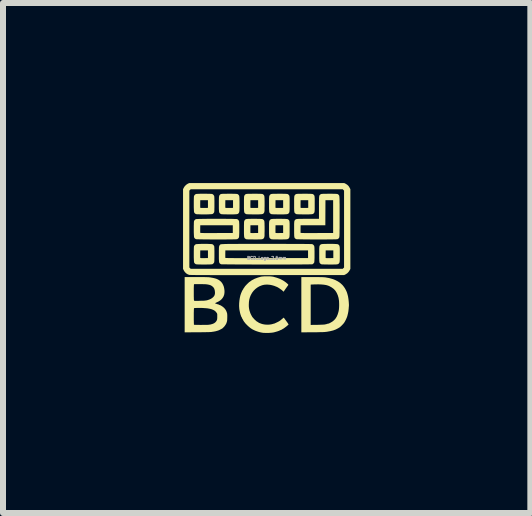
<source format=kicad_pcb>
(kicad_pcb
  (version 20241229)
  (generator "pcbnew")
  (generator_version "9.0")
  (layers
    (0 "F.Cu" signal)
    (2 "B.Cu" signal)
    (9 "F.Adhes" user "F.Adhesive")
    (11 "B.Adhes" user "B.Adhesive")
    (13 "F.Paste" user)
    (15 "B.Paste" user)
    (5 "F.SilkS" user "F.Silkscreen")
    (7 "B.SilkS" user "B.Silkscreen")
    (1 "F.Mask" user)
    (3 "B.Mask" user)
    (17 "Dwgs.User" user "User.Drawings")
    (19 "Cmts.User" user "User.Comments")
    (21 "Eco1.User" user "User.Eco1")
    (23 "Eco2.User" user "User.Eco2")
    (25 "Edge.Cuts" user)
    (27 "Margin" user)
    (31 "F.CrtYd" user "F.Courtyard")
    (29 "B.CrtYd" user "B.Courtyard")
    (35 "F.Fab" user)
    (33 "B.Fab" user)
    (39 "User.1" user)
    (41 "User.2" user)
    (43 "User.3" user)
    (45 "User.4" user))
  (footprint "BCD_Logo_2.5mm"
    (layer "F.Cu")
    (at 1.394 1.248)
    (property "Reference" "BCD_Logo_2.5mm" (at 0 0 0) (layer "F.Fab") (effects (font (size 0.05 0.05) (thickness 0.013))))
    (attr board_only exclude_from_pos_files exclude_from_bom)
    (fp_poly (pts (xy 1.314 -1.237) (xy 1.341 -1.22) (xy 1.364 -1.198) (xy 1.381 -1.171) (xy 1.382 -1.169) (xy 1.394 -1.146) (xy 1.394 0.183) (xy 1.382 0.206) (xy 1.365 0.232) (xy 1.343 0.255) (xy 1.316 0.273) (xy 1.314 0.274) (xy 1.291 0.285) (xy 0.007 0.286) (xy -0.111 0.286) (xy -0.222 0.286) (xy -0.327 0.286) (xy -0.425 0.286) (xy -0.516 0.286) (xy -0.602 0.286) (xy -0.681 0.286) (xy -0.755 0.286) (xy -0.823 0.286) (xy -0.885 0.286) (xy -0.943 0.286) (xy -0.995 0.285) (xy -1.042 0.285) (xy -1.085 0.285) (xy -1.123 0.285) (xy -1.156 0.285) (xy -1.186 0.285) (xy -1.211 0.284) (xy -1.233 0.284) (xy -1.251 0.284) (xy -1.266 0.283) (xy -1.277 0.283) (xy -1.285 0.283) (xy -1.29 0.282) (xy -1.293 0.282) (xy -1.32 0.271) (xy -1.344 0.255) (xy -1.365 0.233) (xy -1.382 0.207) (xy -1.382 0.205) (xy -1.394 0.183) (xy -1.394 0.159) (xy -1.289 0.159) (xy -1.267 0.181) (xy 1.267 0.181) (xy 1.289 0.159) (xy 1.289 -1.122) (xy 1.267 -1.144) (xy -1.267 -1.144) (xy -1.289 -1.122) (xy -1.289 0.159) (xy -1.394 0.159) (xy -1.394 -1.146) (xy -1.382 -1.169) (xy -1.365 -1.196) (xy -1.343 -1.218) (xy -1.316 -1.236) (xy -1.314 -1.237) (xy -1.291 -1.248) (xy 1.291 -1.248)) (stroke (width 0) (type solid)) (fill yes) (layer "F.SilkS"))
    (fp_poly (pts (xy -1.011 -1.07) (xy -0.984 -1.069) (xy -0.96 -1.069) (xy -0.939 -1.068) (xy -0.922 -1.067) (xy -0.91 -1.066) (xy -0.906 -1.065) (xy -0.89 -1.054) (xy -0.878 -1.038) (xy -0.875 -1.033) (xy -0.874 -1.027) (xy -0.873 -1.014) (xy -0.872 -0.997) (xy -0.872 -0.975) (xy -0.871 -0.951) (xy -0.871 -0.924) (xy -0.871 -0.897) (xy -0.871 -0.869) (xy -0.871 -0.843) (xy -0.872 -0.818) (xy -0.872 -0.797) (xy -0.873 -0.78) (xy -0.874 -0.768) (xy -0.875 -0.762) (xy -0.886 -0.745) (xy -0.901 -0.733) (xy -0.906 -0.731) (xy -0.913 -0.73) (xy -0.926 -0.729) (xy -0.944 -0.728) (xy -0.965 -0.727) (xy -0.99 -0.726) (xy -1.017 -0.726) (xy -1.045 -0.726) (xy -1.072 -0.726) (xy -1.099 -0.726) (xy -1.123 -0.727) (xy -1.145 -0.728) (xy -1.162 -0.728) (xy -1.174 -0.73) (xy -1.18 -0.731) (xy -1.197 -0.742) (xy -1.208 -0.758) (xy -1.21 -0.761) (xy -1.211 -0.768) (xy -1.212 -0.781) (xy -1.213 -0.799) (xy -1.214 -0.82) (xy -1.215 -0.845) (xy -1.215 -0.872) (xy -1.215 -0.881) (xy -1.108 -0.881) (xy -1.108 -0.863) (xy -1.108 -0.849) (xy -1.107 -0.84) (xy -1.107 -0.837) (xy -1.105 -0.835) (xy -1.099 -0.834) (xy -1.089 -0.833) (xy -1.075 -0.833) (xy -1.054 -0.833) (xy -1.042 -0.833) (xy -0.979 -0.834) (xy -0.979 -0.962) (xy -1.107 -0.962) (xy -1.108 -0.901) (xy -1.108 -0.881) (xy -1.215 -0.881) (xy -1.215 -0.9) (xy -1.215 -0.927) (xy -1.215 -0.954) (xy -1.214 -0.978) (xy -1.214 -0.999) (xy -1.213 -1.016) (xy -1.212 -1.028) (xy -1.211 -1.033) (xy -1.2 -1.05) (xy -1.185 -1.062) (xy -1.18 -1.065) (xy -1.173 -1.066) (xy -1.159 -1.067) (xy -1.141 -1.068) (xy -1.119 -1.069) (xy -1.094 -1.07) (xy -1.067 -1.07) (xy -1.039 -1.07)) (stroke (width 0) (type solid)) (fill yes) (layer "F.SilkS"))
    (fp_poly (pts (xy -1.011 -0.234) (xy -0.984 -0.234) (xy -0.96 -0.233) (xy -0.939 -0.232) (xy -0.922 -0.231) (xy -0.91 -0.23) (xy -0.906 -0.229) (xy -0.89 -0.218) (xy -0.878 -0.202) (xy -0.875 -0.197) (xy -0.874 -0.191) (xy -0.873 -0.178) (xy -0.872 -0.161) (xy -0.872 -0.139) (xy -0.871 -0.115) (xy -0.871 -0.088) (xy -0.871 -0.061) (xy -0.871 -0.033) (xy -0.871 -0.007) (xy -0.872 0.017) (xy -0.872 0.039) (xy -0.873 0.056) (xy -0.874 0.068) (xy -0.875 0.073) (xy -0.886 0.09) (xy -0.901 0.102) (xy -0.906 0.105) (xy -0.913 0.106) (xy -0.926 0.107) (xy -0.944 0.108) (xy -0.965 0.109) (xy -0.99 0.109) (xy -1.017 0.11) (xy -1.045 0.11) (xy -1.072 0.11) (xy -1.099 0.109) (xy -1.123 0.109) (xy -1.145 0.108) (xy -1.162 0.107) (xy -1.174 0.106) (xy -1.18 0.105) (xy -1.197 0.094) (xy -1.208 0.078) (xy -1.21 0.075) (xy -1.211 0.068) (xy -1.212 0.055) (xy -1.213 0.037) (xy -1.214 0.015) (xy -1.215 -0.009) (xy -1.215 -0.036) (xy -1.215 -0.045) (xy -1.108 -0.045) (xy -1.108 -0.028) (xy -1.108 -0.013) (xy -1.107 -0.004) (xy -1.107 -0.001) (xy -1.105 0.001) (xy -1.099 0.002) (xy -1.089 0.003) (xy -1.075 0.003) (xy -1.054 0.003) (xy -1.042 0.003) (xy -0.979 0.002) (xy -0.979 -0.126) (xy -1.107 -0.126) (xy -1.108 -0.066) (xy -1.108 -0.045) (xy -1.215 -0.045) (xy -1.215 -0.064) (xy -1.215 -0.092) (xy -1.215 -0.118) (xy -1.214 -0.142) (xy -1.214 -0.164) (xy -1.213 -0.181) (xy -1.212 -0.192) (xy -1.211 -0.197) (xy -1.2 -0.214) (xy -1.185 -0.226) (xy -1.18 -0.229) (xy -1.173 -0.23) (xy -1.159 -0.231) (xy -1.141 -0.232) (xy -1.119 -0.233) (xy -1.094 -0.234) (xy -1.067 -0.234) (xy -1.039 -0.234)) (stroke (width 0) (type solid)) (fill yes) (layer "F.SilkS"))
    (fp_poly (pts (xy -0.59 -1.07) (xy -0.561 -1.069) (xy -0.538 -1.069) (xy -0.519 -1.068) (xy -0.505 -1.067) (xy -0.494 -1.066) (xy -0.486 -1.064) (xy -0.48 -1.061) (xy -0.475 -1.057) (xy -0.471 -1.053) (xy -0.469 -1.051) (xy -0.465 -1.046) (xy -0.462 -1.042) (xy -0.459 -1.036) (xy -0.457 -1.028) (xy -0.456 -1.019) (xy -0.455 -1.006) (xy -0.454 -0.989) (xy -0.454 -0.968) (xy -0.453 -0.941) (xy -0.453 -0.909) (xy -0.453 -0.898) (xy -0.453 -0.863) (xy -0.453 -0.835) (xy -0.454 -0.812) (xy -0.454 -0.794) (xy -0.455 -0.78) (xy -0.457 -0.77) (xy -0.459 -0.762) (xy -0.461 -0.756) (xy -0.464 -0.751) (xy -0.468 -0.746) (xy -0.469 -0.744) (xy -0.473 -0.74) (xy -0.478 -0.736) (xy -0.483 -0.733) (xy -0.491 -0.731) (xy -0.5 -0.729) (xy -0.513 -0.728) (xy -0.529 -0.727) (xy -0.551 -0.726) (xy -0.577 -0.726) (xy -0.61 -0.726) (xy -0.626 -0.726) (xy -0.664 -0.726) (xy -0.696 -0.727) (xy -0.721 -0.727) (xy -0.739 -0.728) (xy -0.753 -0.729) (xy -0.76 -0.73) (xy -0.762 -0.731) (xy -0.772 -0.737) (xy -0.779 -0.742) (xy -0.784 -0.746) (xy -0.787 -0.751) (xy -0.79 -0.757) (xy -0.792 -0.764) (xy -0.794 -0.774) (xy -0.795 -0.787) (xy -0.796 -0.804) (xy -0.797 -0.825) (xy -0.797 -0.852) (xy -0.797 -0.881) (xy -0.69 -0.881) (xy -0.69 -0.863) (xy -0.69 -0.849) (xy -0.689 -0.84) (xy -0.689 -0.837) (xy -0.687 -0.835) (xy -0.681 -0.834) (xy -0.672 -0.833) (xy -0.657 -0.833) (xy -0.636 -0.833) (xy -0.624 -0.833) (xy -0.561 -0.834) (xy -0.561 -0.962) (xy -0.689 -0.962) (xy -0.69 -0.901) (xy -0.69 -0.881) (xy -0.797 -0.881) (xy -0.797 -0.886) (xy -0.797 -0.898) (xy -0.797 -0.933) (xy -0.797 -0.961) (xy -0.796 -0.984) (xy -0.796 -1.002) (xy -0.795 -1.015) (xy -0.793 -1.026) (xy -0.792 -1.034) (xy -0.789 -1.04) (xy -0.786 -1.045) (xy -0.782 -1.05) (xy -0.781 -1.051) (xy -0.777 -1.056) (xy -0.772 -1.06) (xy -0.767 -1.063) (xy -0.759 -1.065) (xy -0.75 -1.067) (xy -0.737 -1.068) (xy -0.72 -1.069) (xy -0.699 -1.069) (xy -0.672 -1.069) (xy -0.639 -1.07) (xy -0.625 -1.07)) (stroke (width 0) (type solid)) (fill yes) (layer "F.SilkS"))
    (fp_poly (pts (xy -0.172 -1.07) (xy -0.143 -1.069) (xy -0.12 -1.069) (xy -0.101 -1.068) (xy -0.087 -1.067) (xy -0.076 -1.066) (xy -0.068 -1.064) (xy -0.062 -1.061) (xy -0.057 -1.057) (xy -0.053 -1.053) (xy -0.051 -1.051) (xy -0.047 -1.046) (xy -0.044 -1.042) (xy -0.041 -1.036) (xy -0.039 -1.028) (xy -0.038 -1.019) (xy -0.037 -1.006) (xy -0.036 -0.989) (xy -0.036 -0.968) (xy -0.035 -0.941) (xy -0.035 -0.909) (xy -0.035 -0.898) (xy -0.035 -0.863) (xy -0.036 -0.835) (xy -0.036 -0.812) (xy -0.036 -0.794) (xy -0.037 -0.78) (xy -0.039 -0.77) (xy -0.041 -0.762) (xy -0.043 -0.756) (xy -0.046 -0.751) (xy -0.05 -0.746) (xy -0.051 -0.744) (xy -0.055 -0.74) (xy -0.06 -0.736) (xy -0.066 -0.733) (xy -0.073 -0.731) (xy -0.082 -0.729) (xy -0.095 -0.728) (xy -0.112 -0.727) (xy -0.133 -0.726) (xy -0.159 -0.726) (xy -0.192 -0.726) (xy -0.208 -0.726) (xy -0.247 -0.726) (xy -0.278 -0.727) (xy -0.303 -0.727) (xy -0.321 -0.728) (xy -0.335 -0.729) (xy -0.342 -0.73) (xy -0.344 -0.731) (xy -0.354 -0.737) (xy -0.361 -0.742) (xy -0.366 -0.746) (xy -0.369 -0.751) (xy -0.372 -0.757) (xy -0.374 -0.764) (xy -0.376 -0.774) (xy -0.377 -0.787) (xy -0.378 -0.804) (xy -0.379 -0.825) (xy -0.379 -0.852) (xy -0.379 -0.881) (xy -0.272 -0.881) (xy -0.272 -0.863) (xy -0.272 -0.849) (xy -0.272 -0.84) (xy -0.271 -0.837) (xy -0.269 -0.835) (xy -0.263 -0.834) (xy -0.254 -0.833) (xy -0.239 -0.833) (xy -0.218 -0.833) (xy -0.206 -0.833) (xy -0.143 -0.834) (xy -0.143 -0.962) (xy -0.271 -0.962) (xy -0.272 -0.901) (xy -0.272 -0.881) (xy -0.379 -0.881) (xy -0.379 -0.886) (xy -0.379 -0.898) (xy -0.379 -0.933) (xy -0.379 -0.961) (xy -0.378 -0.984) (xy -0.378 -1.002) (xy -0.377 -1.015) (xy -0.376 -1.026) (xy -0.374 -1.034) (xy -0.371 -1.04) (xy -0.368 -1.045) (xy -0.364 -1.05) (xy -0.363 -1.051) (xy -0.359 -1.056) (xy -0.354 -1.06) (xy -0.349 -1.063) (xy -0.341 -1.065) (xy -0.332 -1.067) (xy -0.319 -1.068) (xy -0.302 -1.069) (xy -0.281 -1.069) (xy -0.254 -1.069) (xy -0.221 -1.07) (xy -0.207 -1.07)) (stroke (width 0) (type solid)) (fill yes) (layer "F.SilkS"))
    (fp_poly (pts (xy -0.172 -0.652) (xy -0.143 -0.651) (xy -0.12 -0.651) (xy -0.101 -0.65) (xy -0.087 -0.649) (xy -0.076 -0.648) (xy -0.068 -0.646) (xy -0.062 -0.643) (xy -0.057 -0.639) (xy -0.053 -0.635) (xy -0.051 -0.633) (xy -0.047 -0.629) (xy -0.044 -0.624) (xy -0.041 -0.618) (xy -0.039 -0.611) (xy -0.038 -0.601) (xy -0.037 -0.588) (xy -0.036 -0.571) (xy -0.036 -0.55) (xy -0.035 -0.524) (xy -0.035 -0.491) (xy -0.035 -0.48) (xy -0.035 -0.445) (xy -0.036 -0.417) (xy -0.036 -0.394) (xy -0.036 -0.376) (xy -0.037 -0.362) (xy -0.039 -0.352) (xy -0.041 -0.344) (xy -0.043 -0.338) (xy -0.046 -0.333) (xy -0.05 -0.328) (xy -0.051 -0.326) (xy -0.055 -0.322) (xy -0.06 -0.318) (xy -0.066 -0.315) (xy -0.073 -0.313) (xy -0.082 -0.311) (xy -0.095 -0.31) (xy -0.112 -0.309) (xy -0.133 -0.309) (xy -0.159 -0.308) (xy -0.192 -0.308) (xy -0.208 -0.308) (xy -0.247 -0.309) (xy -0.278 -0.309) (xy -0.303 -0.309) (xy -0.321 -0.31) (xy -0.335 -0.311) (xy -0.342 -0.312) (xy -0.344 -0.313) (xy -0.354 -0.319) (xy -0.361 -0.324) (xy -0.366 -0.328) (xy -0.369 -0.333) (xy -0.372 -0.339) (xy -0.374 -0.346) (xy -0.376 -0.356) (xy -0.377 -0.369) (xy -0.378 -0.386) (xy -0.379 -0.408) (xy -0.379 -0.435) (xy -0.379 -0.463) (xy -0.272 -0.463) (xy -0.272 -0.446) (xy -0.272 -0.431) (xy -0.272 -0.422) (xy -0.271 -0.419) (xy -0.269 -0.417) (xy -0.263 -0.416) (xy -0.254 -0.415) (xy -0.239 -0.415) (xy -0.218 -0.415) (xy -0.206 -0.415) (xy -0.143 -0.416) (xy -0.143 -0.544) (xy -0.271 -0.544) (xy -0.272 -0.484) (xy -0.272 -0.463) (xy -0.379 -0.463) (xy -0.379 -0.468) (xy -0.379 -0.48) (xy -0.379 -0.515) (xy -0.379 -0.543) (xy -0.378 -0.566) (xy -0.378 -0.584) (xy -0.377 -0.598) (xy -0.376 -0.608) (xy -0.374 -0.616) (xy -0.371 -0.622) (xy -0.368 -0.627) (xy -0.364 -0.632) (xy -0.363 -0.633) (xy -0.359 -0.638) (xy -0.354 -0.642) (xy -0.349 -0.645) (xy -0.341 -0.647) (xy -0.332 -0.649) (xy -0.319 -0.65) (xy -0.302 -0.651) (xy -0.281 -0.651) (xy -0.254 -0.652) (xy -0.221 -0.652) (xy -0.207 -0.652)) (stroke (width 0) (type solid)) (fill yes) (layer "F.SilkS"))
    (fp_poly (pts (xy 0.246 -1.07) (xy 0.275 -1.069) (xy 0.298 -1.069) (xy 0.317 -1.068) (xy 0.331 -1.067) (xy 0.342 -1.066) (xy 0.35 -1.064) (xy 0.356 -1.061) (xy 0.361 -1.057) (xy 0.365 -1.053) (xy 0.367 -1.051) (xy 0.371 -1.046) (xy 0.374 -1.042) (xy 0.377 -1.036) (xy 0.379 -1.028) (xy 0.38 -1.019) (xy 0.381 -1.006) (xy 0.382 -0.989) (xy 0.382 -0.968) (xy 0.382 -0.941) (xy 0.382 -0.909) (xy 0.382 -0.898) (xy 0.382 -0.863) (xy 0.382 -0.835) (xy 0.382 -0.812) (xy 0.381 -0.794) (xy 0.38 -0.78) (xy 0.379 -0.77) (xy 0.377 -0.762) (xy 0.375 -0.756) (xy 0.372 -0.751) (xy 0.368 -0.746) (xy 0.367 -0.744) (xy 0.362 -0.74) (xy 0.358 -0.736) (xy 0.352 -0.733) (xy 0.345 -0.731) (xy 0.336 -0.729) (xy 0.323 -0.728) (xy 0.306 -0.727) (xy 0.285 -0.726) (xy 0.259 -0.726) (xy 0.226 -0.726) (xy 0.209 -0.726) (xy 0.171 -0.726) (xy 0.14 -0.727) (xy 0.115 -0.727) (xy 0.096 -0.728) (xy 0.083 -0.729) (xy 0.076 -0.73) (xy 0.074 -0.731) (xy 0.064 -0.737) (xy 0.057 -0.742) (xy 0.052 -0.746) (xy 0.049 -0.751) (xy 0.046 -0.757) (xy 0.043 -0.764) (xy 0.042 -0.774) (xy 0.041 -0.787) (xy 0.04 -0.804) (xy 0.039 -0.825) (xy 0.039 -0.852) (xy 0.039 -0.881) (xy 0.146 -0.881) (xy 0.146 -0.863) (xy 0.146 -0.849) (xy 0.146 -0.84) (xy 0.147 -0.837) (xy 0.149 -0.835) (xy 0.154 -0.834) (xy 0.164 -0.833) (xy 0.179 -0.833) (xy 0.2 -0.833) (xy 0.212 -0.833) (xy 0.274 -0.834) (xy 0.274 -0.962) (xy 0.147 -0.962) (xy 0.146 -0.901) (xy 0.146 -0.881) (xy 0.039 -0.881) (xy 0.039 -0.886) (xy 0.039 -0.898) (xy 0.039 -0.933) (xy 0.039 -0.961) (xy 0.039 -0.984) (xy 0.04 -1.002) (xy 0.041 -1.015) (xy 0.042 -1.026) (xy 0.044 -1.034) (xy 0.047 -1.04) (xy 0.05 -1.045) (xy 0.053 -1.05) (xy 0.055 -1.051) (xy 0.059 -1.056) (xy 0.064 -1.06) (xy 0.069 -1.063) (xy 0.076 -1.065) (xy 0.086 -1.067) (xy 0.099 -1.068) (xy 0.116 -1.069) (xy 0.137 -1.069) (xy 0.164 -1.069) (xy 0.197 -1.07) (xy 0.211 -1.07)) (stroke (width 0) (type solid)) (fill yes) (layer "F.SilkS"))
    (fp_poly (pts (xy 0.246 -0.652) (xy 0.275 -0.651) (xy 0.298 -0.651) (xy 0.317 -0.65) (xy 0.331 -0.649) (xy 0.342 -0.648) (xy 0.35 -0.646) (xy 0.356 -0.643) (xy 0.361 -0.639) (xy 0.365 -0.635) (xy 0.367 -0.633) (xy 0.371 -0.629) (xy 0.374 -0.624) (xy 0.377 -0.618) (xy 0.379 -0.611) (xy 0.38 -0.601) (xy 0.381 -0.588) (xy 0.382 -0.571) (xy 0.382 -0.55) (xy 0.382 -0.524) (xy 0.382 -0.491) (xy 0.382 -0.48) (xy 0.382 -0.445) (xy 0.382 -0.417) (xy 0.382 -0.394) (xy 0.381 -0.376) (xy 0.38 -0.362) (xy 0.379 -0.352) (xy 0.377 -0.344) (xy 0.375 -0.338) (xy 0.372 -0.333) (xy 0.368 -0.328) (xy 0.367 -0.326) (xy 0.362 -0.322) (xy 0.358 -0.318) (xy 0.352 -0.315) (xy 0.345 -0.313) (xy 0.336 -0.311) (xy 0.323 -0.31) (xy 0.306 -0.309) (xy 0.285 -0.309) (xy 0.259 -0.308) (xy 0.226 -0.308) (xy 0.209 -0.308) (xy 0.171 -0.309) (xy 0.14 -0.309) (xy 0.115 -0.309) (xy 0.096 -0.31) (xy 0.083 -0.311) (xy 0.076 -0.312) (xy 0.074 -0.313) (xy 0.064 -0.319) (xy 0.057 -0.324) (xy 0.052 -0.328) (xy 0.049 -0.333) (xy 0.046 -0.339) (xy 0.043 -0.346) (xy 0.042 -0.356) (xy 0.041 -0.369) (xy 0.04 -0.386) (xy 0.039 -0.408) (xy 0.039 -0.435) (xy 0.039 -0.463) (xy 0.146 -0.463) (xy 0.146 -0.446) (xy 0.146 -0.431) (xy 0.146 -0.422) (xy 0.147 -0.419) (xy 0.149 -0.417) (xy 0.154 -0.416) (xy 0.164 -0.415) (xy 0.179 -0.415) (xy 0.2 -0.415) (xy 0.212 -0.415) (xy 0.274 -0.416) (xy 0.274 -0.544) (xy 0.147 -0.544) (xy 0.146 -0.484) (xy 0.146 -0.463) (xy 0.039 -0.463) (xy 0.039 -0.468) (xy 0.039 -0.48) (xy 0.039 -0.515) (xy 0.039 -0.543) (xy 0.039 -0.566) (xy 0.04 -0.584) (xy 0.041 -0.598) (xy 0.042 -0.608) (xy 0.044 -0.616) (xy 0.047 -0.622) (xy 0.05 -0.627) (xy 0.053 -0.632) (xy 0.055 -0.633) (xy 0.059 -0.638) (xy 0.064 -0.642) (xy 0.069 -0.645) (xy 0.076 -0.647) (xy 0.086 -0.649) (xy 0.099 -0.65) (xy 0.116 -0.651) (xy 0.137 -0.651) (xy 0.164 -0.652) (xy 0.197 -0.652) (xy 0.211 -0.652)) (stroke (width 0) (type solid)) (fill yes) (layer "F.SilkS"))
    (fp_poly (pts (xy 0.664 -1.07) (xy 0.693 -1.069) (xy 0.716 -1.069) (xy 0.735 -1.068) (xy 0.749 -1.067) (xy 0.76 -1.066) (xy 0.768 -1.064) (xy 0.774 -1.061) (xy 0.779 -1.057) (xy 0.783 -1.053) (xy 0.785 -1.051) (xy 0.789 -1.046) (xy 0.792 -1.042) (xy 0.795 -1.036) (xy 0.797 -1.028) (xy 0.798 -1.019) (xy 0.799 -1.006) (xy 0.8 -0.989) (xy 0.8 -0.968) (xy 0.8 -0.941) (xy 0.8 -0.909) (xy 0.8 -0.898) (xy 0.8 -0.863) (xy 0.8 -0.835) (xy 0.8 -0.812) (xy 0.799 -0.794) (xy 0.798 -0.78) (xy 0.797 -0.77) (xy 0.795 -0.762) (xy 0.793 -0.756) (xy 0.79 -0.751) (xy 0.786 -0.746) (xy 0.785 -0.744) (xy 0.78 -0.74) (xy 0.776 -0.736) (xy 0.77 -0.733) (xy 0.763 -0.731) (xy 0.754 -0.729) (xy 0.741 -0.728) (xy 0.724 -0.727) (xy 0.703 -0.726) (xy 0.677 -0.726) (xy 0.644 -0.726) (xy 0.627 -0.726) (xy 0.589 -0.726) (xy 0.558 -0.727) (xy 0.533 -0.727) (xy 0.514 -0.728) (xy 0.501 -0.729) (xy 0.493 -0.73) (xy 0.492 -0.731) (xy 0.482 -0.737) (xy 0.475 -0.742) (xy 0.47 -0.746) (xy 0.466 -0.751) (xy 0.464 -0.757) (xy 0.461 -0.764) (xy 0.46 -0.774) (xy 0.458 -0.787) (xy 0.458 -0.804) (xy 0.457 -0.825) (xy 0.457 -0.852) (xy 0.457 -0.881) (xy 0.564 -0.881) (xy 0.564 -0.863) (xy 0.564 -0.849) (xy 0.564 -0.84) (xy 0.565 -0.837) (xy 0.567 -0.835) (xy 0.572 -0.834) (xy 0.582 -0.833) (xy 0.597 -0.833) (xy 0.617 -0.833) (xy 0.629 -0.833) (xy 0.692 -0.834) (xy 0.692 -0.962) (xy 0.565 -0.962) (xy 0.564 -0.901) (xy 0.564 -0.881) (xy 0.457 -0.881) (xy 0.457 -0.886) (xy 0.457 -0.898) (xy 0.457 -0.933) (xy 0.457 -0.961) (xy 0.457 -0.984) (xy 0.458 -1.002) (xy 0.459 -1.015) (xy 0.46 -1.026) (xy 0.462 -1.034) (xy 0.464 -1.04) (xy 0.468 -1.045) (xy 0.471 -1.05) (xy 0.473 -1.051) (xy 0.477 -1.056) (xy 0.482 -1.06) (xy 0.487 -1.063) (xy 0.494 -1.065) (xy 0.504 -1.067) (xy 0.517 -1.068) (xy 0.534 -1.069) (xy 0.555 -1.069) (xy 0.582 -1.069) (xy 0.615 -1.07) (xy 0.629 -1.07)) (stroke (width 0) (type solid)) (fill yes) (layer "F.SilkS"))
    (fp_poly (pts (xy 1.082 -0.234) (xy 1.111 -0.234) (xy 1.134 -0.233) (xy 1.152 -0.232) (xy 1.167 -0.231) (xy 1.177 -0.23) (xy 1.186 -0.228) (xy 1.192 -0.225) (xy 1.197 -0.222) (xy 1.201 -0.217) (xy 1.203 -0.215) (xy 1.207 -0.211) (xy 1.21 -0.206) (xy 1.212 -0.2) (xy 1.214 -0.193) (xy 1.216 -0.183) (xy 1.217 -0.17) (xy 1.218 -0.154) (xy 1.218 -0.132) (xy 1.218 -0.106) (xy 1.218 -0.073) (xy 1.218 -0.062) (xy 1.218 -0.027) (xy 1.218 0.001) (xy 1.218 0.024) (xy 1.217 0.042) (xy 1.216 0.056) (xy 1.215 0.066) (xy 1.213 0.074) (xy 1.211 0.08) (xy 1.208 0.085) (xy 1.204 0.09) (xy 1.203 0.092) (xy 1.198 0.096) (xy 1.194 0.1) (xy 1.188 0.103) (xy 1.181 0.105) (xy 1.171 0.107) (xy 1.159 0.108) (xy 1.142 0.109) (xy 1.121 0.109) (xy 1.095 0.11) (xy 1.062 0.11) (xy 1.045 0.11) (xy 1.007 0.109) (xy 0.976 0.109) (xy 0.951 0.108) (xy 0.932 0.108) (xy 0.919 0.107) (xy 0.911 0.106) (xy 0.91 0.105) (xy 0.9 0.099) (xy 0.892 0.094) (xy 0.888 0.09) (xy 0.884 0.085) (xy 0.881 0.079) (xy 0.879 0.072) (xy 0.878 0.062) (xy 0.876 0.049) (xy 0.876 0.032) (xy 0.875 0.01) (xy 0.875 -0.017) (xy 0.875 -0.045) (xy 0.982 -0.045) (xy 0.982 -0.028) (xy 0.982 -0.013) (xy 0.982 -0.004) (xy 0.983 -0.001) (xy 0.985 0.001) (xy 0.99 0.002) (xy 1 0.003) (xy 1.015 0.003) (xy 1.035 0.003) (xy 1.047 0.003) (xy 1.11 0.002) (xy 1.11 -0.126) (xy 0.983 -0.126) (xy 0.982 -0.066) (xy 0.982 -0.045) (xy 0.875 -0.045) (xy 0.875 -0.05) (xy 0.875 -0.062) (xy 0.875 -0.097) (xy 0.875 -0.125) (xy 0.875 -0.148) (xy 0.876 -0.166) (xy 0.877 -0.18) (xy 0.878 -0.19) (xy 0.88 -0.198) (xy 0.882 -0.204) (xy 0.885 -0.209) (xy 0.889 -0.214) (xy 0.89 -0.215) (xy 0.895 -0.22) (xy 0.899 -0.224) (xy 0.905 -0.227) (xy 0.912 -0.229) (xy 0.922 -0.231) (xy 0.935 -0.232) (xy 0.952 -0.233) (xy 0.973 -0.233) (xy 1 -0.234) (xy 1.032 -0.234) (xy 1.047 -0.234)) (stroke (width 0) (type solid)) (fill yes) (layer "F.SilkS"))
    (fp_poly (pts (xy -0.775 -0.652) (xy -0.733 -0.652) (xy -0.692 -0.652) (xy -0.653 -0.651) (xy -0.617 -0.651) (xy -0.585 -0.651) (xy -0.556 -0.65) (xy -0.532 -0.649) (xy -0.513 -0.649) (xy -0.499 -0.648) (xy -0.492 -0.647) (xy -0.492 -0.647) (xy -0.476 -0.636) (xy -0.464 -0.62) (xy -0.461 -0.615) (xy -0.46 -0.608) (xy -0.459 -0.596) (xy -0.458 -0.578) (xy -0.457 -0.556) (xy -0.457 -0.531) (xy -0.457 -0.504) (xy -0.457 -0.477) (xy -0.457 -0.449) (xy -0.457 -0.423) (xy -0.458 -0.398) (xy -0.459 -0.377) (xy -0.46 -0.36) (xy -0.461 -0.348) (xy -0.462 -0.343) (xy -0.472 -0.327) (xy -0.488 -0.315) (xy -0.493 -0.312) (xy -0.499 -0.312) (xy -0.51 -0.311) (xy -0.528 -0.31) (xy -0.551 -0.31) (xy -0.578 -0.309) (xy -0.61 -0.309) (xy -0.645 -0.309) (xy -0.683 -0.308) (xy -0.723 -0.308) (xy -0.764 -0.308) (xy -0.807 -0.308) (xy -0.85 -0.308) (xy -0.893 -0.308) (xy -0.935 -0.308) (xy -0.976 -0.309) (xy -1.015 -0.309) (xy -1.051 -0.309) (xy -1.084 -0.31) (xy -1.113 -0.31) (xy -1.137 -0.311) (xy -1.157 -0.311) (xy -1.171 -0.312) (xy -1.179 -0.313) (xy -1.18 -0.313) (xy -1.197 -0.324) (xy -1.208 -0.34) (xy -1.21 -0.343) (xy -1.211 -0.35) (xy -1.212 -0.363) (xy -1.213 -0.381) (xy -1.214 -0.403) (xy -1.215 -0.427) (xy -1.215 -0.446) (xy -1.108 -0.446) (xy -1.108 -0.431) (xy -1.107 -0.422) (xy -1.107 -0.419) (xy -1.105 -0.418) (xy -1.101 -0.417) (xy -1.094 -0.417) (xy -1.084 -0.416) (xy -1.069 -0.416) (xy -1.051 -0.415) (xy -1.028 -0.415) (xy -0.999 -0.415) (xy -0.966 -0.415) (xy -0.926 -0.415) (xy -0.88 -0.415) (xy -0.835 -0.415) (xy -0.565 -0.416) (xy -0.565 -0.544) (xy -1.107 -0.544) (xy -1.108 -0.484) (xy -1.108 -0.463) (xy -1.108 -0.446) (xy -1.215 -0.446) (xy -1.215 -0.454) (xy -1.215 -0.482) (xy -1.215 -0.509) (xy -1.215 -0.536) (xy -1.214 -0.56) (xy -1.214 -0.581) (xy -1.213 -0.598) (xy -1.212 -0.61) (xy -1.211 -0.615) (xy -1.2 -0.632) (xy -1.185 -0.644) (xy -1.18 -0.647) (xy -1.174 -0.648) (xy -1.162 -0.648) (xy -1.144 -0.649) (xy -1.12 -0.65) (xy -1.092 -0.65) (xy -1.06 -0.651) (xy -1.025 -0.651) (xy -0.987 -0.652) (xy -0.946 -0.652) (xy -0.904 -0.652) (xy -0.861 -0.652) (xy -0.818 -0.652)) (stroke (width 0) (type solid)) (fill yes) (layer "F.SilkS"))
    (fp_poly (pts (xy 0.803 0.319) (xy 0.841 0.319) (xy 0.873 0.319) (xy 0.9 0.32) (xy 0.923 0.32) (xy 0.942 0.321) (xy 0.957 0.322) (xy 0.97 0.323) (xy 0.979 0.324) (xy 1.039 0.335) (xy 1.094 0.35) (xy 1.144 0.369) (xy 1.188 0.392) (xy 1.227 0.419) (xy 1.261 0.45) (xy 1.28 0.473) (xy 1.302 0.504) (xy 1.319 0.535) (xy 1.334 0.567) (xy 1.345 0.602) (xy 1.355 0.64) (xy 1.362 0.684) (xy 1.366 0.72) (xy 1.368 0.744) (xy 1.369 0.762) (xy 1.37 0.777) (xy 1.37 0.792) (xy 1.369 0.808) (xy 1.367 0.827) (xy 1.366 0.844) (xy 1.363 0.872) (xy 1.36 0.895) (xy 1.356 0.915) (xy 1.352 0.934) (xy 1.347 0.953) (xy 1.344 0.967) (xy 1.334 0.995) (xy 1.321 1.025) (xy 1.306 1.054) (xy 1.293 1.076) (xy 1.285 1.087) (xy 1.274 1.1) (xy 1.261 1.114) (xy 1.247 1.128) (xy 1.234 1.141) (xy 1.223 1.15) (xy 1.216 1.156) (xy 1.209 1.16) (xy 1.199 1.166) (xy 1.188 1.173) (xy 1.151 1.192) (xy 1.108 1.208) (xy 1.059 1.22) (xy 1.004 1.23) (xy 0.997 1.231) (xy 0.985 1.232) (xy 0.97 1.234) (xy 0.953 1.235) (xy 0.932 1.236) (xy 0.906 1.236) (xy 0.876 1.237) (xy 0.841 1.238) (xy 0.799 1.238) (xy 0.766 1.238) (xy 0.577 1.24) (xy 0.577 1.116) (xy 0.733 1.116) (xy 0.84 1.115) (xy 0.869 1.114) (xy 0.897 1.113) (xy 0.921 1.112) (xy 0.942 1.111) (xy 0.958 1.11) (xy 0.968 1.109) (xy 0.969 1.109) (xy 0.984 1.105) (xy 0.999 1.102) (xy 1.006 1.099) (xy 1.017 1.096) (xy 1.025 1.095) (xy 1.027 1.094) (xy 1.034 1.093) (xy 1.045 1.088) (xy 1.059 1.081) (xy 1.074 1.072) (xy 1.089 1.064) (xy 1.101 1.055) (xy 1.101 1.055) (xy 1.127 1.033) (xy 1.149 1.007) (xy 1.168 0.976) (xy 1.183 0.94) (xy 1.196 0.897) (xy 1.197 0.892) (xy 1.201 0.874) (xy 1.204 0.851) (xy 1.206 0.824) (xy 1.207 0.795) (xy 1.207 0.766) (xy 1.206 0.739) (xy 1.205 0.715) (xy 1.205 0.715) (xy 1.197 0.665) (xy 1.184 0.621) (xy 1.166 0.581) (xy 1.144 0.546) (xy 1.116 0.516) (xy 1.082 0.491) (xy 1.044 0.47) (xy 1.022 0.461) (xy 0.991 0.452) (xy 0.954 0.446) (xy 0.91 0.442) (xy 0.861 0.44) (xy 0.805 0.441) (xy 0.796 0.441) (xy 0.733 0.444) (xy 0.733 1.116) (xy 0.577 1.116) (xy 0.577 0.319) (xy 0.759 0.319)) (stroke (width 0) (type solid)) (fill yes) (layer "F.SilkS"))
    (fp_poly (pts (xy -0.163 -0.234) (xy -0.082 -0.234) (xy 0.000266 -0.234) (xy 0.091 -0.234) (xy 0.175 -0.234) (xy 0.252 -0.234) (xy 0.323 -0.234) (xy 0.387 -0.233) (xy 0.446 -0.233) (xy 0.499 -0.233) (xy 0.546 -0.233) (xy 0.588 -0.233) (xy 0.624 -0.233) (xy 0.656 -0.232) (xy 0.683 -0.232) (xy 0.706 -0.232) (xy 0.725 -0.231) (xy 0.739 -0.231) (xy 0.749 -0.231) (xy 0.756 -0.23) (xy 0.76 -0.23) (xy 0.76 -0.23) (xy 0.777 -0.219) (xy 0.789 -0.204) (xy 0.792 -0.199) (xy 0.793 -0.192) (xy 0.795 -0.178) (xy 0.796 -0.16) (xy 0.796 -0.138) (xy 0.797 -0.113) (xy 0.797 -0.086) (xy 0.797 -0.058) (xy 0.797 -0.03) (xy 0.797 -0.003) (xy 0.796 0.021) (xy 0.795 0.042) (xy 0.794 0.059) (xy 0.793 0.071) (xy 0.792 0.075) (xy 0.781 0.091) (xy 0.766 0.103) (xy 0.76 0.106) (xy 0.756 0.106) (xy 0.744 0.107) (xy 0.727 0.107) (xy 0.703 0.107) (xy 0.674 0.108) (xy 0.64 0.108) (xy 0.601 0.108) (xy 0.558 0.109) (xy 0.511 0.109) (xy 0.461 0.109) (xy 0.407 0.109) (xy 0.351 0.11) (xy 0.293 0.11) (xy 0.232 0.11) (xy 0.171 0.11) (xy 0.108 0.11) (xy 0.044 0.11) (xy -0.02 0.11) (xy -0.083 0.11) (xy -0.147 0.11) (xy -0.209 0.11) (xy -0.27 0.109) (xy -0.329 0.109) (xy -0.386 0.109) (xy -0.441 0.109) (xy -0.493 0.109) (xy -0.541 0.108) (xy -0.586 0.108) (xy -0.626 0.108) (xy -0.662 0.107) (xy -0.694 0.107) (xy -0.719 0.107) (xy -0.739 0.106) (xy -0.753 0.106) (xy -0.761 0.105) (xy -0.762 0.105) (xy -0.772 0.099) (xy -0.779 0.094) (xy -0.784 0.09) (xy -0.787 0.085) (xy -0.79 0.079) (xy -0.792 0.072) (xy -0.794 0.062) (xy -0.795 0.049) (xy -0.796 0.032) (xy -0.797 0.01) (xy -0.797 -0.017) (xy -0.797 -0.028) (xy -0.69 -0.028) (xy -0.69 -0.013) (xy -0.689 -0.004) (xy -0.689 -0.001) (xy -0.688 -0.000448) (xy -0.684 0.000062) (xy -0.678 0.001) (xy -0.668 0.001) (xy -0.656 0.001) (xy -0.64 0.002) (xy -0.621 0.002) (xy -0.597 0.002) (xy -0.57 0.002) (xy -0.538 0.003) (xy -0.501 0.003) (xy -0.459 0.003) (xy -0.412 0.003) (xy -0.36 0.003) (xy -0.302 0.003) (xy -0.237 0.003) (xy -0.167 0.003) (xy -0.09 0.003) (xy -0.006 0.003) (xy 0.001 0.003) (xy 0.689 0.002) (xy 0.689 -0.126) (xy -0.689 -0.126) (xy -0.69 -0.066) (xy -0.69 -0.045) (xy -0.69 -0.028) (xy -0.797 -0.028) (xy -0.797 -0.05) (xy -0.797 -0.062) (xy -0.797 -0.097) (xy -0.797 -0.125) (xy -0.796 -0.148) (xy -0.796 -0.166) (xy -0.795 -0.18) (xy -0.793 -0.19) (xy -0.792 -0.198) (xy -0.789 -0.204) (xy -0.786 -0.209) (xy -0.782 -0.214) (xy -0.781 -0.215) (xy -0.779 -0.218) (xy -0.778 -0.219) (xy -0.777 -0.221) (xy -0.775 -0.223) (xy -0.772 -0.224) (xy -0.769 -0.226) (xy -0.765 -0.227) (xy -0.759 -0.228) (xy -0.751 -0.229) (xy -0.741 -0.23) (xy -0.729 -0.23) (xy -0.715 -0.231) (xy -0.697 -0.232) (xy -0.677 -0.232) (xy -0.653 -0.233) (xy -0.625 -0.233) (xy -0.594 -0.233) (xy -0.558 -0.233) (xy -0.517 -0.233) (xy -0.472 -0.234) (xy -0.421 -0.234) (xy -0.365 -0.234) (xy -0.304 -0.234) (xy -0.236 -0.234)) (stroke (width 0) (type solid)) (fill yes) (layer "F.SilkS"))
    (fp_poly (pts (xy 1.078 -1.07) (xy 1.107 -1.069) (xy 1.13 -1.069) (xy 1.149 -1.068) (xy 1.163 -1.067) (xy 1.174 -1.066) (xy 1.182 -1.064) (xy 1.188 -1.061) (xy 1.193 -1.057) (xy 1.197 -1.053) (xy 1.199 -1.051) (xy 1.202 -1.048) (xy 1.204 -1.045) (xy 1.206 -1.042) (xy 1.208 -1.038) (xy 1.209 -1.033) (xy 1.21 -1.026) (xy 1.212 -1.017) (xy 1.212 -1.005) (xy 1.213 -0.99) (xy 1.214 -0.972) (xy 1.214 -0.95) (xy 1.214 -0.924) (xy 1.215 -0.893) (xy 1.215 -0.857) (xy 1.215 -0.815) (xy 1.215 -0.767) (xy 1.215 -0.713) (xy 1.215 -0.689) (xy 1.215 -0.632) (xy 1.215 -0.581) (xy 1.215 -0.536) (xy 1.215 -0.498) (xy 1.214 -0.464) (xy 1.214 -0.436) (xy 1.214 -0.412) (xy 1.213 -0.392) (xy 1.213 -0.376) (xy 1.212 -0.363) (xy 1.211 -0.353) (xy 1.209 -0.345) (xy 1.208 -0.339) (xy 1.206 -0.334) (xy 1.204 -0.331) (xy 1.201 -0.328) (xy 1.199 -0.326) (xy 1.196 -0.324) (xy 1.187 -0.317) (xy 1.178 -0.312) (xy 1.173 -0.312) (xy 1.161 -0.311) (xy 1.144 -0.31) (xy 1.121 -0.31) (xy 1.093 -0.309) (xy 1.062 -0.309) (xy 1.027 -0.309) (xy 0.989 -0.308) (xy 0.949 -0.308) (xy 0.907 -0.308) (xy 0.864 -0.308) (xy 0.821 -0.308) (xy 0.778 -0.308) (xy 0.736 -0.308) (xy 0.696 -0.309) (xy 0.657 -0.309) (xy 0.621 -0.309) (xy 0.588 -0.31) (xy 0.559 -0.31) (xy 0.534 -0.311) (xy 0.515 -0.311) (xy 0.501 -0.312) (xy 0.493 -0.313) (xy 0.492 -0.313) (xy 0.482 -0.319) (xy 0.475 -0.324) (xy 0.47 -0.328) (xy 0.466 -0.333) (xy 0.464 -0.339) (xy 0.461 -0.346) (xy 0.46 -0.356) (xy 0.458 -0.369) (xy 0.458 -0.386) (xy 0.457 -0.408) (xy 0.457 -0.435) (xy 0.457 -0.446) (xy 0.564 -0.446) (xy 0.564 -0.431) (xy 0.564 -0.422) (xy 0.565 -0.419) (xy 0.566 -0.418) (xy 0.57 -0.417) (xy 0.577 -0.417) (xy 0.588 -0.416) (xy 0.602 -0.416) (xy 0.621 -0.415) (xy 0.644 -0.415) (xy 0.672 -0.415) (xy 0.706 -0.415) (xy 0.746 -0.415) (xy 0.792 -0.415) (xy 0.837 -0.415) (xy 1.107 -0.416) (xy 1.107 -0.962) (xy 0.979 -0.962) (xy 0.978 -0.753) (xy 0.977 -0.545) (xy 0.565 -0.544) (xy 0.564 -0.484) (xy 0.564 -0.463) (xy 0.564 -0.446) (xy 0.457 -0.446) (xy 0.457 -0.468) (xy 0.457 -0.48) (xy 0.457 -0.515) (xy 0.457 -0.543) (xy 0.457 -0.566) (xy 0.458 -0.584) (xy 0.459 -0.598) (xy 0.46 -0.608) (xy 0.462 -0.616) (xy 0.464 -0.622) (xy 0.468 -0.627) (xy 0.471 -0.632) (xy 0.473 -0.633) (xy 0.476 -0.637) (xy 0.48 -0.641) (xy 0.484 -0.643) (xy 0.49 -0.646) (xy 0.497 -0.647) (xy 0.507 -0.649) (xy 0.52 -0.65) (xy 0.536 -0.651) (xy 0.557 -0.651) (xy 0.582 -0.651) (xy 0.613 -0.652) (xy 0.65 -0.652) (xy 0.687 -0.652) (xy 0.871 -0.652) (xy 0.871 -0.837) (xy 0.871 -0.88) (xy 0.871 -0.916) (xy 0.871 -0.946) (xy 0.872 -0.971) (xy 0.872 -0.992) (xy 0.873 -1.008) (xy 0.874 -1.02) (xy 0.876 -1.03) (xy 0.877 -1.037) (xy 0.88 -1.043) (xy 0.882 -1.047) (xy 0.886 -1.05) (xy 0.89 -1.054) (xy 0.894 -1.058) (xy 0.899 -1.061) (xy 0.905 -1.064) (xy 0.912 -1.066) (xy 0.922 -1.067) (xy 0.935 -1.068) (xy 0.952 -1.069) (xy 0.973 -1.069) (xy 0.999 -1.069) (xy 1.032 -1.07) (xy 1.043 -1.07)) (stroke (width 0) (type solid)) (fill yes) (layer "F.SilkS"))
    (fp_poly (pts (xy 0.028 0.306) (xy 0.056 0.307) (xy 0.081 0.309) (xy 0.101 0.312) (xy 0.108 0.313) (xy 0.169 0.33) (xy 0.225 0.351) (xy 0.275 0.377) (xy 0.32 0.408) (xy 0.341 0.426) (xy 0.354 0.438) (xy 0.36 0.446) (xy 0.36 0.45) (xy 0.357 0.455) (xy 0.351 0.464) (xy 0.342 0.476) (xy 0.332 0.49) (xy 0.331 0.492) (xy 0.319 0.508) (xy 0.308 0.524) (xy 0.299 0.537) (xy 0.293 0.546) (xy 0.282 0.563) (xy 0.269 0.551) (xy 0.247 0.532) (xy 0.222 0.514) (xy 0.196 0.497) (xy 0.171 0.483) (xy 0.162 0.48) (xy 0.125 0.465) (xy 0.09 0.455) (xy 0.057 0.448) (xy 0.024 0.445) (xy 0.005 0.444) (xy -0.017 0.445) (xy -0.034 0.446) (xy -0.051 0.449) (xy -0.069 0.453) (xy -0.09 0.46) (xy -0.093 0.461) (xy -0.126 0.475) (xy -0.159 0.495) (xy -0.19 0.519) (xy -0.218 0.547) (xy -0.241 0.577) (xy -0.246 0.585) (xy -0.266 0.621) (xy -0.28 0.656) (xy -0.29 0.692) (xy -0.296 0.732) (xy -0.298 0.775) (xy -0.298 0.778) (xy -0.298 0.806) (xy -0.296 0.829) (xy -0.293 0.849) (xy -0.289 0.87) (xy -0.282 0.892) (xy -0.279 0.901) (xy -0.273 0.919) (xy -0.264 0.939) (xy -0.254 0.958) (xy -0.245 0.975) (xy -0.236 0.988) (xy -0.232 0.993) (xy -0.225 1) (xy -0.217 1.01) (xy -0.212 1.015) (xy -0.205 1.023) (xy -0.195 1.033) (xy -0.184 1.042) (xy -0.173 1.052) (xy -0.165 1.059) (xy -0.159 1.062) (xy -0.158 1.062) (xy -0.154 1.064) (xy -0.147 1.069) (xy -0.143 1.072) (xy -0.135 1.077) (xy -0.128 1.081) (xy -0.12 1.085) (xy -0.108 1.089) (xy -0.094 1.095) (xy -0.063 1.104) (xy -0.028 1.11) (xy 0.008 1.112) (xy 0.044 1.111) (xy 0.078 1.106) (xy 0.105 1.099) (xy 0.115 1.096) (xy 0.122 1.094) (xy 0.123 1.094) (xy 0.128 1.093) (xy 0.137 1.089) (xy 0.15 1.083) (xy 0.165 1.076) (xy 0.18 1.069) (xy 0.193 1.062) (xy 0.205 1.056) (xy 0.208 1.054) (xy 0.217 1.048) (xy 0.23 1.039) (xy 0.243 1.028) (xy 0.256 1.017) (xy 0.267 1.008) (xy 0.268 1.007) (xy 0.275 1) (xy 0.281 0.996) (xy 0.282 0.995) (xy 0.286 0.998) (xy 0.292 1.005) (xy 0.301 1.017) (xy 0.311 1.031) (xy 0.323 1.047) (xy 0.335 1.064) (xy 0.347 1.08) (xy 0.352 1.088) (xy 0.365 1.109) (xy 0.347 1.125) (xy 0.336 1.135) (xy 0.323 1.145) (xy 0.31 1.155) (xy 0.298 1.164) (xy 0.289 1.171) (xy 0.283 1.175) (xy 0.281 1.176) (xy 0.277 1.178) (xy 0.27 1.182) (xy 0.263 1.186) (xy 0.254 1.192) (xy 0.247 1.196) (xy 0.244 1.197) (xy 0.24 1.199) (xy 0.231 1.202) (xy 0.223 1.206) (xy 0.203 1.215) (xy 0.177 1.224) (xy 0.149 1.232) (xy 0.12 1.24) (xy 0.103 1.243) (xy 0.081 1.246) (xy 0.055 1.248) (xy 0.026 1.25) (xy -0.003 1.25) (xy -0.032 1.249) (xy -0.057 1.248) (xy -0.079 1.245) (xy -0.083 1.244) (xy -0.112 1.238) (xy -0.141 1.23) (xy -0.168 1.221) (xy -0.192 1.212) (xy -0.201 1.208) (xy -0.212 1.202) (xy -0.222 1.198) (xy -0.224 1.197) (xy -0.244 1.186) (xy -0.267 1.171) (xy -0.291 1.152) (xy -0.314 1.132) (xy -0.328 1.118) (xy -0.35 1.096) (xy -0.366 1.076) (xy -0.38 1.058) (xy -0.391 1.04) (xy -0.395 1.031) (xy -0.401 1.02) (xy -0.406 1.013) (xy -0.408 1.01) (xy -0.41 1.006) (xy -0.411 1.002) (xy -0.413 0.995) (xy -0.414 0.993) (xy -0.419 0.987) (xy -0.425 0.975) (xy -0.431 0.958) (xy -0.438 0.938) (xy -0.444 0.915) (xy -0.449 0.891) (xy -0.454 0.867) (xy -0.457 0.845) (xy -0.46 0.802) (xy -0.459 0.757) (xy -0.455 0.711) (xy -0.448 0.666) (xy -0.439 0.625) (xy -0.426 0.587) (xy -0.42 0.573) (xy -0.415 0.562) (xy -0.412 0.554) (xy -0.411 0.551) (xy -0.409 0.547) (xy -0.404 0.54) (xy -0.4 0.534) (xy -0.394 0.524) (xy -0.39 0.517) (xy -0.39 0.515) (xy -0.388 0.511) (xy -0.382 0.504) (xy -0.379 0.5) (xy -0.373 0.491) (xy -0.369 0.484) (xy -0.368 0.483) (xy -0.364 0.477) (xy -0.357 0.468) (xy -0.346 0.456) (xy -0.334 0.443) (xy -0.32 0.429) (xy -0.307 0.417) (xy -0.296 0.406) (xy -0.291 0.402) (xy -0.248 0.372) (xy -0.2 0.347) (xy -0.147 0.327) (xy -0.097 0.313) (xy -0.08 0.31) (xy -0.057 0.308) (xy -0.03 0.306) (xy -0.001 0.306)) (stroke (width 0) (type solid)) (fill yes) (layer "F.SilkS"))
    (fp_poly (pts (xy -1.13 0.319) (xy -1.093 0.319) (xy -1.062 0.319) (xy -1.036 0.319) (xy -1.015 0.32) (xy -0.997 0.32) (xy -0.982 0.321) (xy -0.969 0.321) (xy -0.957 0.322) (xy -0.947 0.324) (xy -0.936 0.325) (xy -0.933 0.326) (xy -0.893 0.333) (xy -0.86 0.341) (xy -0.832 0.35) (xy -0.807 0.362) (xy -0.785 0.376) (xy -0.765 0.393) (xy -0.759 0.399) (xy -0.741 0.422) (xy -0.726 0.45) (xy -0.714 0.481) (xy -0.707 0.515) (xy -0.703 0.549) (xy -0.704 0.583) (xy -0.709 0.614) (xy -0.72 0.642) (xy -0.72 0.643) (xy -0.734 0.666) (xy -0.75 0.686) (xy -0.771 0.705) (xy -0.796 0.722) (xy -0.828 0.738) (xy -0.846 0.746) (xy -0.854 0.751) (xy -0.859 0.755) (xy -0.859 0.756) (xy -0.856 0.759) (xy -0.847 0.762) (xy -0.844 0.763) (xy -0.835 0.766) (xy -0.828 0.768) (xy -0.827 0.769) (xy -0.821 0.771) (xy -0.812 0.773) (xy -0.81 0.774) (xy -0.802 0.776) (xy -0.797 0.778) (xy -0.797 0.779) (xy -0.794 0.781) (xy -0.786 0.784) (xy -0.785 0.784) (xy -0.774 0.788) (xy -0.76 0.795) (xy -0.744 0.806) (xy -0.728 0.817) (xy -0.714 0.829) (xy -0.704 0.839) (xy -0.688 0.859) (xy -0.674 0.883) (xy -0.664 0.91) (xy -0.661 0.919) (xy -0.659 0.929) (xy -0.658 0.942) (xy -0.657 0.958) (xy -0.657 0.98) (xy -0.657 0.986) (xy -0.658 1.016) (xy -0.659 1.041) (xy -0.663 1.061) (xy -0.669 1.08) (xy -0.676 1.098) (xy -0.684 1.111) (xy -0.692 1.123) (xy -0.702 1.137) (xy -0.714 1.151) (xy -0.727 1.163) (xy -0.737 1.173) (xy -0.743 1.177) (xy -0.771 1.192) (xy -0.797 1.205) (xy -0.824 1.214) (xy -0.853 1.222) (xy -0.885 1.228) (xy -0.907 1.231) (xy -0.917 1.233) (xy -0.929 1.234) (xy -0.945 1.235) (xy -0.965 1.236) (xy -0.988 1.236) (xy -1.016 1.237) (xy -1.049 1.237) (xy -1.089 1.238) (xy -1.134 1.238) (xy -1.155 1.238) (xy -1.367 1.24) (xy -1.367 0.975) (xy -1.215 0.975) (xy -1.215 1.006) (xy -1.215 1.034) (xy -1.214 1.059) (xy -1.214 1.08) (xy -1.213 1.097) (xy -1.213 1.108) (xy -1.212 1.113) (xy -1.212 1.113) (xy -1.208 1.114) (xy -1.198 1.114) (xy -1.183 1.115) (xy -1.162 1.115) (xy -1.138 1.115) (xy -1.111 1.116) (xy -1.089 1.116) (xy -1.056 1.115) (xy -1.028 1.115) (xy -1.006 1.115) (xy -0.988 1.115) (xy -0.974 1.114) (xy -0.962 1.113) (xy -0.952 1.111) (xy -0.942 1.11) (xy -0.936 1.109) (xy -0.904 1.1) (xy -0.878 1.089) (xy -0.857 1.074) (xy -0.842 1.057) (xy -0.831 1.038) (xy -0.828 1.03) (xy -0.826 1.021) (xy -0.825 1.01) (xy -0.824 0.994) (xy -0.824 0.977) (xy -0.824 0.958) (xy -0.824 0.944) (xy -0.825 0.935) (xy -0.827 0.927) (xy -0.83 0.921) (xy -0.83 0.921) (xy -0.845 0.9) (xy -0.863 0.882) (xy -0.886 0.868) (xy -0.914 0.856) (xy -0.947 0.847) (xy -0.986 0.84) (xy -1.031 0.836) (xy -1.038 0.836) (xy -1.061 0.834) (xy -1.086 0.833) (xy -1.112 0.833) (xy -1.136 0.833) (xy -1.159 0.833) (xy -1.179 0.834) (xy -1.195 0.834) (xy -1.206 0.836) (xy -1.21 0.837) (xy -1.212 0.839) (xy -1.212 0.845) (xy -1.213 0.855) (xy -1.214 0.869) (xy -1.214 0.888) (xy -1.215 0.913) (xy -1.215 0.944) (xy -1.215 0.975) (xy -1.367 0.975) (xy -1.367 0.573) (xy -1.215 0.573) (xy -1.215 0.61) (xy -1.215 0.64) (xy -1.214 0.664) (xy -1.214 0.682) (xy -1.213 0.696) (xy -1.212 0.705) (xy -1.211 0.71) (xy -1.21 0.712) (xy -1.208 0.713) (xy -1.202 0.714) (xy -1.193 0.715) (xy -1.18 0.715) (xy -1.161 0.715) (xy -1.137 0.715) (xy -1.114 0.714) (xy -1.084 0.713) (xy -1.06 0.713) (xy -1.041 0.712) (xy -1.026 0.71) (xy -1.013 0.709) (xy -1.002 0.707) (xy -0.992 0.705) (xy -0.958 0.694) (xy -0.929 0.681) (xy -0.904 0.664) (xy -0.885 0.646) (xy -0.871 0.626) (xy -0.871 0.625) (xy -0.863 0.601) (xy -0.862 0.574) (xy -0.865 0.544) (xy -0.87 0.525) (xy -0.875 0.511) (xy -0.881 0.5) (xy -0.89 0.488) (xy -0.896 0.482) (xy -0.913 0.468) (xy -0.931 0.457) (xy -0.953 0.449) (xy -0.98 0.443) (xy -1.009 0.439) (xy -1.022 0.438) (xy -1.039 0.437) (xy -1.06 0.437) (xy -1.084 0.436) (xy -1.108 0.436) (xy -1.132 0.436) (xy -1.154 0.436) (xy -1.175 0.436) (xy -1.191 0.436) (xy -1.203 0.437) (xy -1.209 0.438) (xy -1.209 0.438) (xy -1.211 0.439) (xy -1.212 0.442) (xy -1.213 0.447) (xy -1.213 0.455) (xy -1.214 0.466) (xy -1.214 0.482) (xy -1.215 0.502) (xy -1.215 0.528) (xy -1.215 0.561) (xy -1.215 0.573) (xy -1.367 0.573) (xy -1.367 0.319) (xy -1.173 0.319)) (stroke (width 0) (type solid)) (fill yes) (layer "F.SilkS")))
  (gr_rect
    (start -3 -3)
    (end 5.787 5.498)
    (stroke (width 0.1) (type default))
    (fill no)
    (layer "Edge.Cuts")))
</source>
